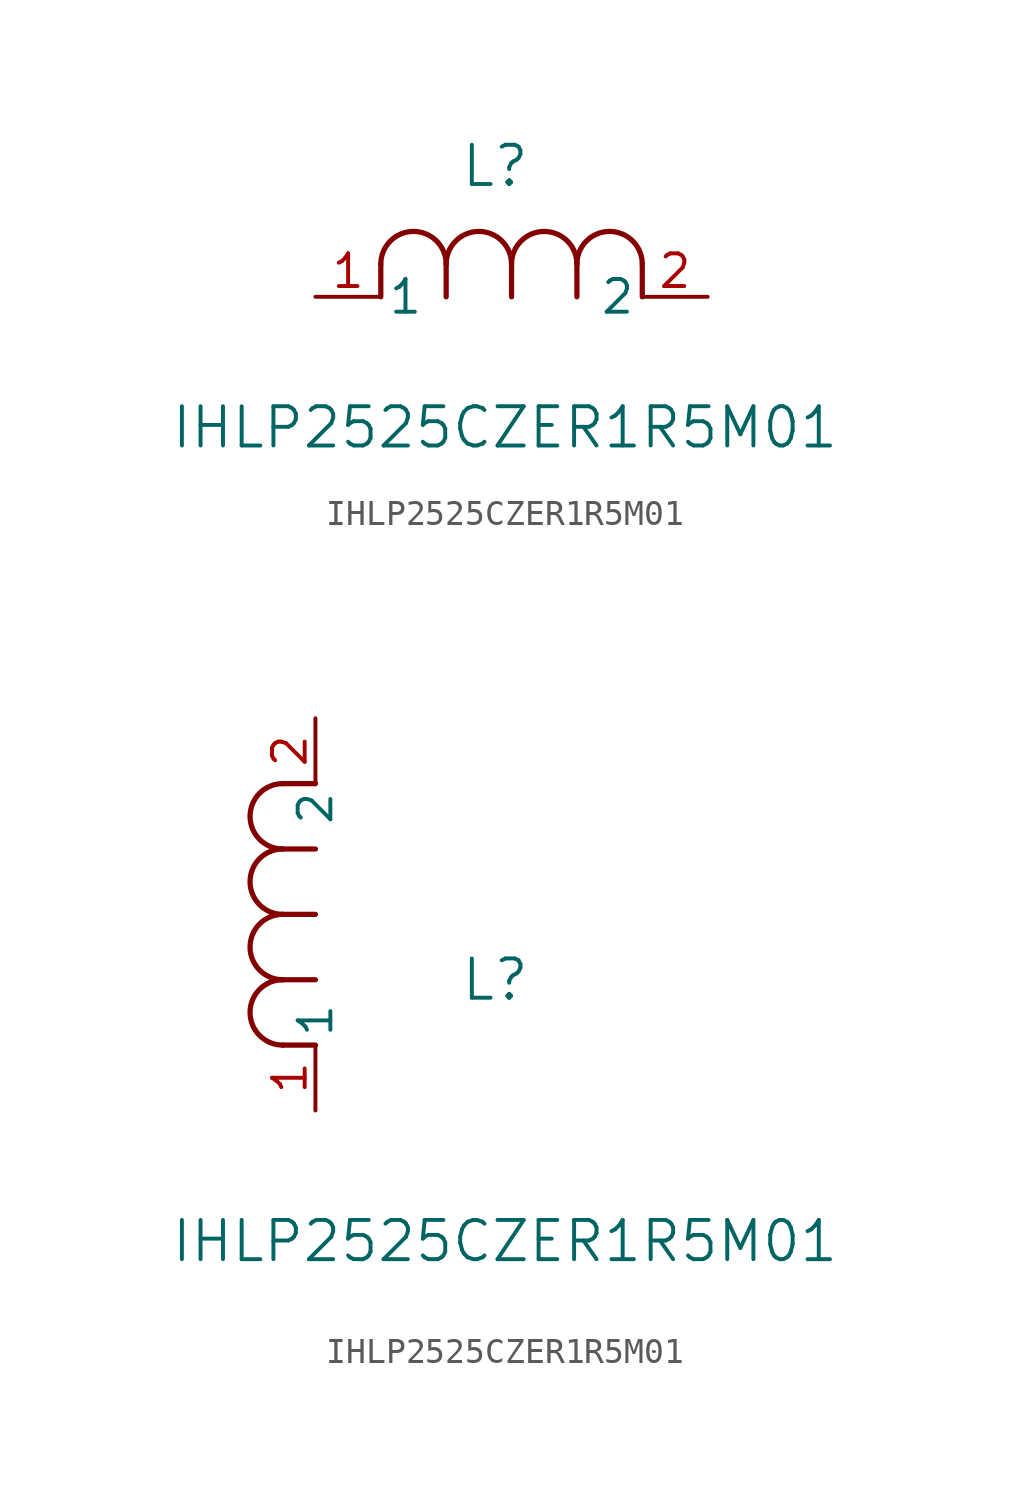
<source format=kicad_sym>
(kicad_symbol_lib
  (version 20231120)
  (generator "kicad_symbol_editor")
  (generator_version "8.0")
  (symbol "IHLP2525CZER1R5M01"
    (pin_names
      (offset 0.254))
    (property "Reference" "L"
      (at 6.985 5.08 0)
      (effects (font (size 1.524 1.524))))
    (property "Value" "IHLP2525CZER1R5M01"
      (at 7.366 -5.08 0)
      (effects (font (size 1.524 1.524))))
    (property "ki_locked" ""
      (at 0 0 0)
      (effects (font (size 1.27 1.27))))
    (symbol "IHLP2525CZER1R5M01_1_1"
      (polyline (pts (xy 2.54 0) (xy 2.54 1.27)) (stroke (width 0.203) (type default)) (fill (type none)))
      (polyline (pts (xy 5.08 0) (xy 5.08 1.27)) (stroke (width 0.203) (type default)) (fill (type none)))
      (polyline (pts (xy 7.62 0) (xy 7.62 1.27)) (stroke (width 0.203) (type default)) (fill (type none)))
      (polyline (pts (xy 10.16 0) (xy 10.16 1.27)) (stroke (width 0.203) (type default)) (fill (type none)))
      (polyline (pts (xy 12.7 0) (xy 12.7 1.27)) (stroke (width 0.203) (type default)) (fill (type none)))
      (arc (start 5.08 1.27) (mid 3.81 2.5344) (end 2.54 1.27) (stroke (width 0.2032) (type default)) (fill (type none)))
      (arc (start 7.62 1.27) (mid 6.35 2.5344) (end 5.08 1.27) (stroke (width 0.2032) (type default)) (fill (type none)))
      (arc (start 10.16 1.27) (mid 8.89 2.5344) (end 7.62 1.27) (stroke (width 0.2032) (type default)) (fill (type none)))
      (arc (start 12.7 1.27) (mid 11.43 2.5344) (end 10.16 1.27) (stroke (width 0.2032) (type default)) (fill (type none)))
      (pin unspecified line (at 0 0 0) (length 2.54) (name "1" (effects (font (size 1.27 1.27)))) (number "1" (effects (font (size 1.27 1.27)))))
      (pin unspecified line (at 15.24 0 180) (length 2.54) (name "2" (effects (font (size 1.27 1.27)))) (number "2" (effects (font (size 1.27 1.27))))))
    (symbol "IHLP2525CZER1R5M01_1_2"
      (arc (start -1.27 5.08) (mid -2.5344 3.81) (end -1.27 2.54) (stroke (width 0.2032) (type default)) (fill (type none)))
      (arc (start -1.27 7.62) (mid -2.5344 6.35) (end -1.27 5.08) (stroke (width 0.2032) (type default)) (fill (type none)))
      (arc (start -1.27 10.16) (mid -2.5344 8.89) (end -1.27 7.62) (stroke (width 0.2032) (type default)) (fill (type none)))
      (arc (start -1.27 12.7) (mid -2.5344 11.43) (end -1.27 10.16) (stroke (width 0.2032) (type default)) (fill (type none)))
      (polyline (pts (xy 0 2.54) (xy -1.27 2.54)) (stroke (width 0.203) (type default)) (fill (type none)))
      (polyline (pts (xy 0 5.08) (xy -1.27 5.08)) (stroke (width 0.203) (type default)) (fill (type none)))
      (polyline (pts (xy 0 7.62) (xy -1.27 7.62)) (stroke (width 0.203) (type default)) (fill (type none)))
      (polyline (pts (xy 0 10.16) (xy -1.27 10.16)) (stroke (width 0.203) (type default)) (fill (type none)))
      (polyline (pts (xy 0 12.7) (xy -1.27 12.7)) (stroke (width 0.203) (type default)) (fill (type none)))
      (pin unspecified line (at 0 0 90) (length 2.54) (name "1" (effects (font (size 1.27 1.27)))) (number "1" (effects (font (size 1.27 1.27)))))
      (pin unspecified line (at 0 15.24 270) (length 2.54) (name "2" (effects (font (size 1.27 1.27)))) (number "2" (effects (font (size 1.27 1.27))))))))
</source>
